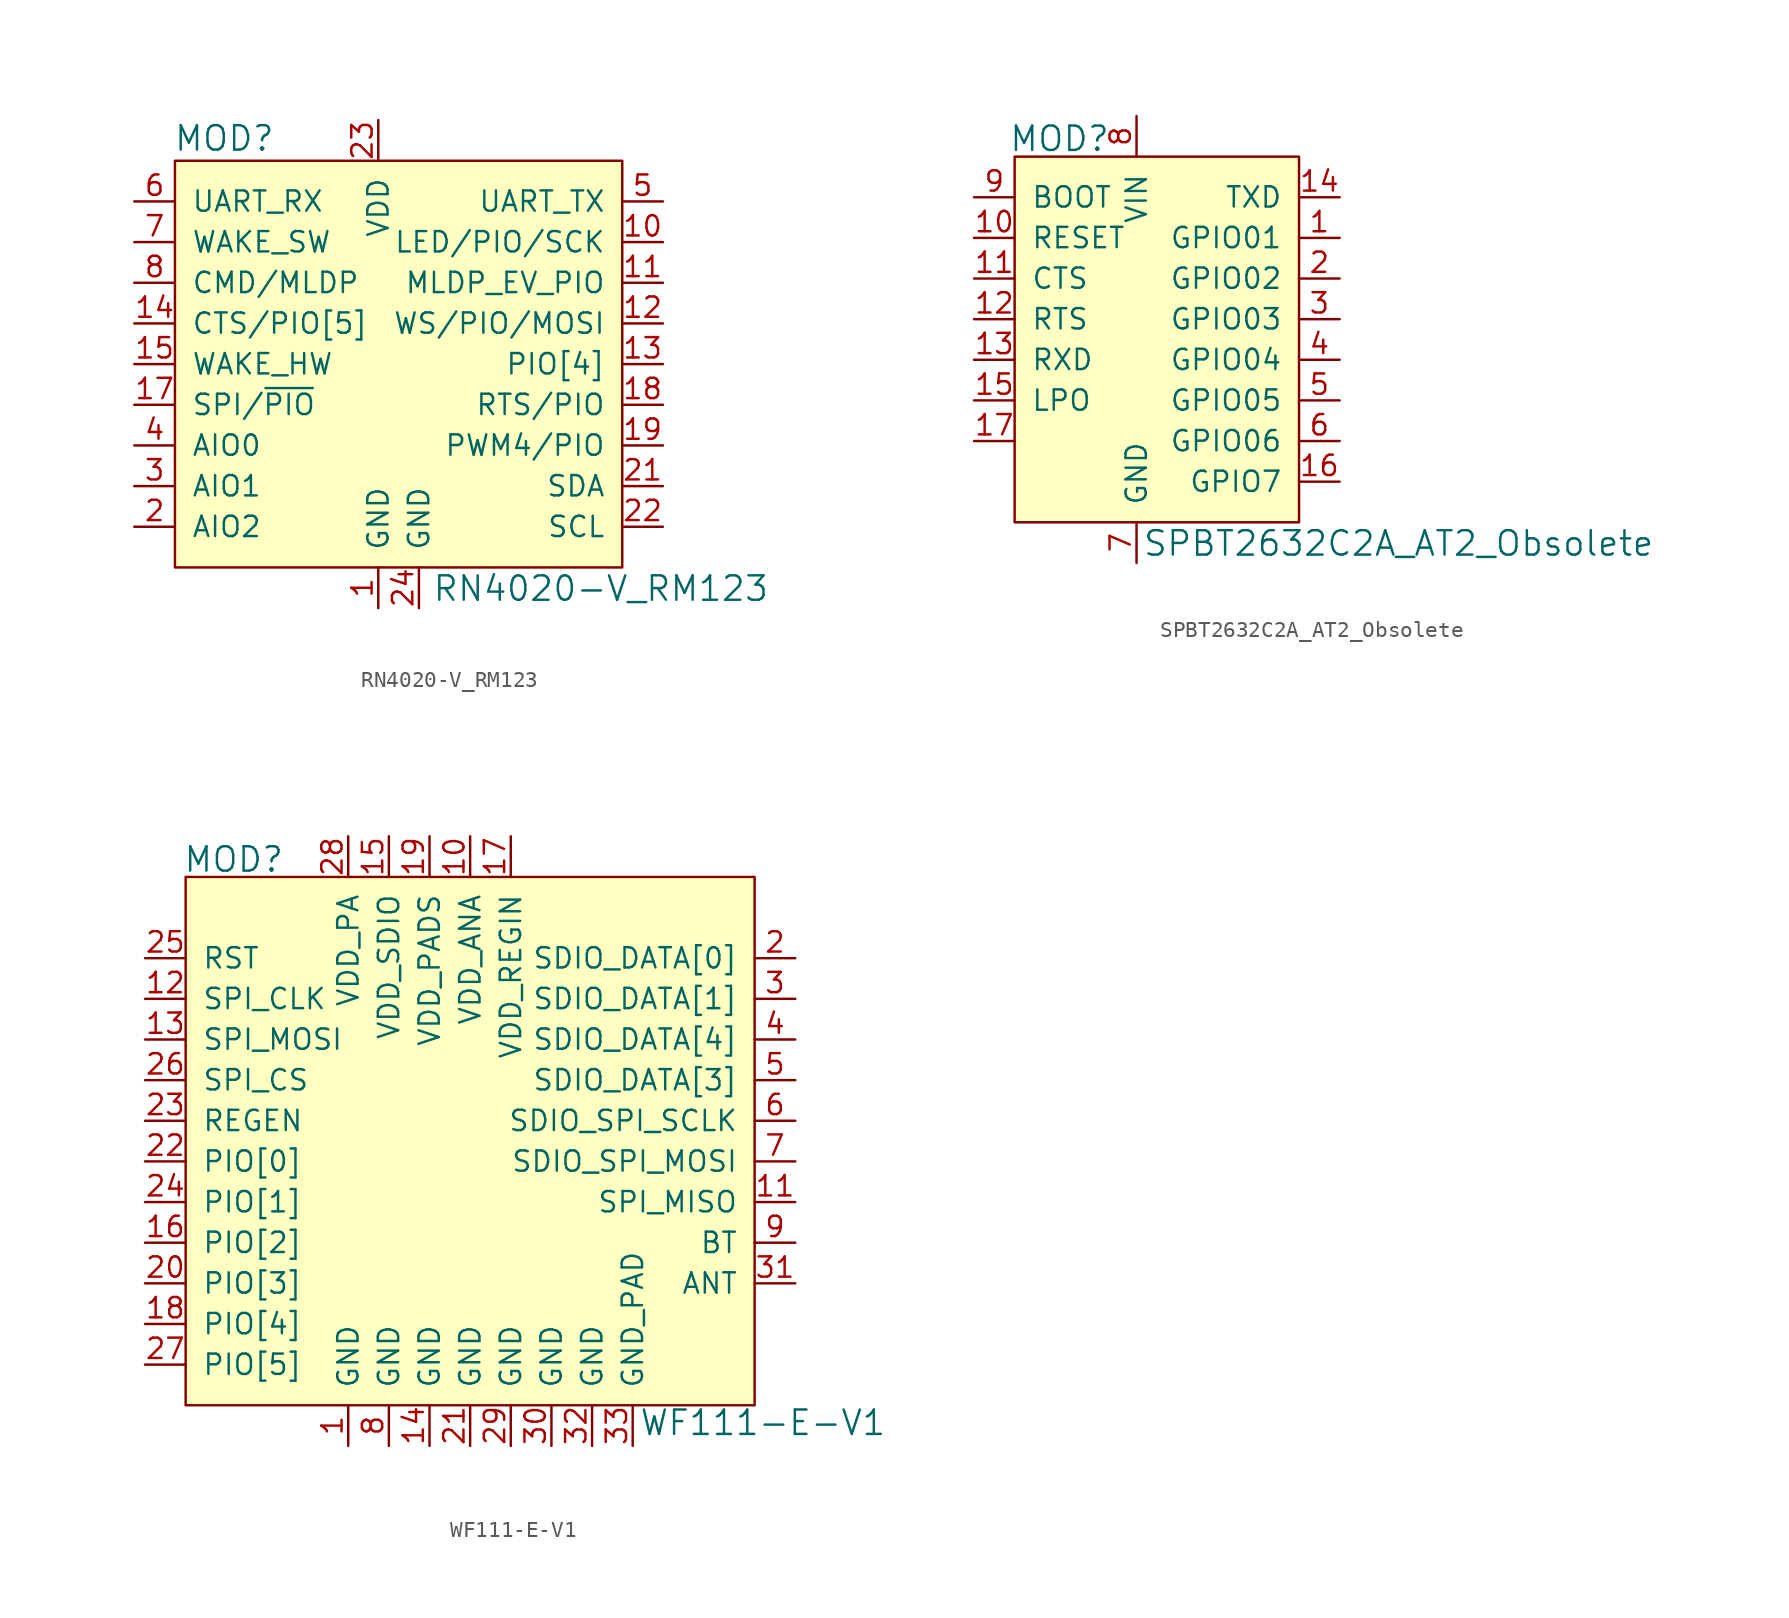
<source format=kicad_sym>
(kicad_symbol_lib
  (version 20231120)
  (generator "kicad_symbol_editor")
  (generator_version "8.0")
  (symbol "RN4020-V_RM123"
    (pin_names
      (offset 1.016))
    (property "Reference" "MOD"
      (at -12.802 14.097 0)
      (effects (font (size 1.524 1.524)) (justify left)))
    (property "Value" "RN4020-V_RM123"
      (at 3.353 -14.021 0)
      (effects (font (size 1.524 1.524)) (justify left)))
    (symbol "RN4020-V_RM123_0_1"
      (rectangle (start -12.7 12.7) (end 15.24 -12.7) (stroke (width 0) (type default)) (fill (type background))))
    (symbol "RN4020-V_RM123_1_1"
      (pin power_in line (at 0 -15.24 90) (length 2.54) (name "GND" (effects (font (size 1.27 1.27)))) (number "1" (effects (font (size 1.27 1.27)))))
      (pin output line (at 17.78 7.62 180) (length 2.54) (name "LED/PIO/SCK" (effects (font (size 1.27 1.27)))) (number "10" (effects (font (size 1.27 1.27)))))
      (pin output line (at 17.78 5.08 180) (length 2.54) (name "MLDP_EV_PIO" (effects (font (size 1.27 1.27)))) (number "11" (effects (font (size 1.27 1.27)))))
      (pin output line (at 17.78 2.54 180) (length 2.54) (name "WS/PIO/MOSI" (effects (font (size 1.27 1.27)))) (number "12" (effects (font (size 1.27 1.27)))))
      (pin bidirectional line (at 17.78 0 180) (length 2.54) (name "PIO[4]" (effects (font (size 1.27 1.27)))) (number "13" (effects (font (size 1.27 1.27)))))
      (pin input line (at -15.24 2.54 0) (length 2.54) (name "CTS/PIO[5]" (effects (font (size 1.27 1.27)))) (number "14" (effects (font (size 1.27 1.27)))))
      (pin input line (at -15.24 0 0) (length 2.54) (name "WAKE_HW" (effects (font (size 1.27 1.27)))) (number "15" (effects (font (size 1.27 1.27)))))
      (pin input line (at -15.24 -2.54 0) (length 2.54) (name "SPI/~{PIO}" (effects (font (size 1.27 1.27)))) (number "17" (effects (font (size 1.27 1.27)))))
      (pin output line (at 17.78 -2.54 180) (length 2.54) (name "RTS/PIO" (effects (font (size 1.27 1.27)))) (number "18" (effects (font (size 1.27 1.27)))))
      (pin bidirectional line (at 17.78 -5.08 180) (length 2.54) (name "PWM4/PIO" (effects (font (size 1.27 1.27)))) (number "19" (effects (font (size 1.27 1.27)))))
      (pin bidirectional line (at -15.24 -10.16 0) (length 2.54) (name "AIO2" (effects (font (size 1.27 1.27)))) (number "2" (effects (font (size 1.27 1.27)))))
      (pin no_connect line (at -2.54 -12.7 90) (length 2.54) hide (name "RSVD" (effects (font (size 1.27 1.27)))) (number "20" (effects (font (size 1.27 1.27)))))
      (pin bidirectional line (at 17.78 -7.62 180) (length 2.54) (name "SDA" (effects (font (size 1.27 1.27)))) (number "21" (effects (font (size 1.27 1.27)))))
      (pin bidirectional line (at 17.78 -10.16 180) (length 2.54) (name "SCL" (effects (font (size 1.27 1.27)))) (number "22" (effects (font (size 1.27 1.27)))))
      (pin power_in line (at 0 15.24 270) (length 2.54) (name "VDD" (effects (font (size 1.27 1.27)))) (number "23" (effects (font (size 1.27 1.27)))))
      (pin power_in line (at 2.54 -15.24 90) (length 2.54) (name "GND" (effects (font (size 1.27 1.27)))) (number "24" (effects (font (size 1.27 1.27)))))
      (pin bidirectional line (at -15.24 -7.62 0) (length 2.54) (name "AIO1" (effects (font (size 1.27 1.27)))) (number "3" (effects (font (size 1.27 1.27)))))
      (pin bidirectional line (at -15.24 -5.08 0) (length 2.54) (name "AIO0" (effects (font (size 1.27 1.27)))) (number "4" (effects (font (size 1.27 1.27)))))
      (pin output line (at 17.78 10.16 180) (length 2.54) (name "UART_TX" (effects (font (size 1.27 1.27)))) (number "5" (effects (font (size 1.27 1.27)))))
      (pin input line (at -15.24 10.16 0) (length 2.54) (name "UART_RX" (effects (font (size 1.27 1.27)))) (number "6" (effects (font (size 1.27 1.27)))))
      (pin input line (at -15.24 7.62 0) (length 2.54) (name "WAKE_SW" (effects (font (size 1.27 1.27)))) (number "7" (effects (font (size 1.27 1.27)))))
      (pin input line (at -15.24 5.08 0) (length 2.54) (name "CMD/MLDP" (effects (font (size 1.27 1.27)))) (number "8" (effects (font (size 1.27 1.27)))))))
  (symbol "SPBT2632C2A_AT2_Obsolete"
    (pin_names
      (offset 1.016))
    (property "Reference" "MOD"
      (at -8.001 13.818 0)
      (effects (font (size 1.524 1.524)) (justify left)))
    (property "Value" "SPBT2632C2A_AT2_Obsolete"
      (at 0.356 -11.481 0)
      (effects (font (size 1.524 1.524)) (justify left)))
    (symbol "SPBT2632C2A_AT2_Obsolete_0_1"
      (rectangle (start -7.62 12.7) (end 10.16 -10.16) (stroke (width 0) (type default)) (fill (type background))))
    (symbol "SPBT2632C2A_AT2_Obsolete_1_1"
      (pin bidirectional line (at 12.7 7.62 180) (length 2.54) (name "GPIO01" (effects (font (size 1.27 1.27)))) (number "1" (effects (font (size 1.27 1.27)))))
      (pin input line (at -10.16 7.62 0) (length 2.54) (name "RESET" (effects (font (size 1.27 1.27)))) (number "10" (effects (font (size 1.27 1.27)))))
      (pin input line (at -10.16 5.08 0) (length 2.54) (name "CTS" (effects (font (size 1.27 1.27)))) (number "11" (effects (font (size 1.27 1.27)))))
      (pin input line (at -10.16 2.54 0) (length 2.54) (name "RTS" (effects (font (size 1.27 1.27)))) (number "12" (effects (font (size 1.27 1.27)))))
      (pin input line (at -10.16 0 0) (length 2.54) (name "RXD" (effects (font (size 1.27 1.27)))) (number "13" (effects (font (size 1.27 1.27)))))
      (pin output line (at 12.7 10.16 180) (length 2.54) (name "TXD" (effects (font (size 1.27 1.27)))) (number "14" (effects (font (size 1.27 1.27)))))
      (pin bidirectional line (at -10.16 -2.54 0) (length 2.54) (name "LPO" (effects (font (size 1.27 1.27)))) (number "15" (effects (font (size 1.27 1.27)))))
      (pin bidirectional line (at 12.7 -7.62 180) (length 2.54) (name "GPIO7" (effects (font (size 1.27 1.27)))) (number "16" (effects (font (size 1.27 1.27)))))
      (pin unspecified line (at -10.16 -5.08 0) (length 2.54) (name "~" (effects (font (size 1.27 1.27)))) (number "17" (effects (font (size 1.27 1.27)))))
      (pin bidirectional line (at 12.7 5.08 180) (length 2.54) (name "GPIO02" (effects (font (size 1.27 1.27)))) (number "2" (effects (font (size 1.27 1.27)))))
      (pin bidirectional line (at 12.7 2.54 180) (length 2.54) (name "GPIO03" (effects (font (size 1.27 1.27)))) (number "3" (effects (font (size 1.27 1.27)))))
      (pin bidirectional line (at 12.7 0 180) (length 2.54) (name "GPIO04" (effects (font (size 1.27 1.27)))) (number "4" (effects (font (size 1.27 1.27)))))
      (pin bidirectional line (at 12.7 -2.54 180) (length 2.54) (name "GPIO05" (effects (font (size 1.27 1.27)))) (number "5" (effects (font (size 1.27 1.27)))))
      (pin bidirectional line (at 12.7 -5.08 180) (length 2.54) (name "GPIO06" (effects (font (size 1.27 1.27)))) (number "6" (effects (font (size 1.27 1.27)))))
      (pin power_in line (at 0 -12.7 90) (length 2.54) (name "GND" (effects (font (size 1.27 1.27)))) (number "7" (effects (font (size 1.27 1.27)))))
      (pin power_in line (at 0 15.24 270) (length 2.54) (name "VIN" (effects (font (size 1.27 1.27)))) (number "8" (effects (font (size 1.27 1.27)))))
      (pin input line (at -10.16 10.16 0) (length 2.54) (name "BOOT" (effects (font (size 1.27 1.27)))) (number "9" (effects (font (size 1.27 1.27)))))))
  (symbol "WF111-E-V1"
    (pin_names
      (offset 1.016))
    (property "Reference" "MOD"
      (at -17.958 23.952 0)
      (effects (font (size 1.524 1.524)) (justify left)))
    (property "Value" "WF111-E-V1"
      (at 10.541 -11.252 0)
      (effects (font (size 1.524 1.524)) (justify left)))
    (symbol "WF111-E-V1_0_1"
      (rectangle (start -17.78 22.86) (end 17.78 -10.16) (stroke (width 0) (type default)) (fill (type background))))
    (symbol "WF111-E-V1_1_1"
      (pin power_in line (at -7.62 -12.7 90) (length 2.54) (name "GND" (effects (font (size 1.27 1.27)))) (number "1" (effects (font (size 1.27 1.27)))))
      (pin power_in line (at 0 25.4 270) (length 2.54) (name "VDD_ANA" (effects (font (size 1.27 1.27)))) (number "10" (effects (font (size 1.27 1.27)))))
      (pin tri_state line (at 20.32 2.54 180) (length 2.54) (name "SPI_MISO" (effects (font (size 1.27 1.27)))) (number "11" (effects (font (size 1.27 1.27)))))
      (pin input line (at -20.32 15.24 0) (length 2.54) (name "SPI_CLK" (effects (font (size 1.27 1.27)))) (number "12" (effects (font (size 1.27 1.27)))))
      (pin input line (at -20.32 12.7 0) (length 2.54) (name "SPI_MOSI" (effects (font (size 1.27 1.27)))) (number "13" (effects (font (size 1.27 1.27)))))
      (pin power_in line (at -2.54 -12.7 90) (length 2.54) (name "GND" (effects (font (size 1.27 1.27)))) (number "14" (effects (font (size 1.27 1.27)))))
      (pin power_in line (at -5.08 25.4 270) (length 2.54) (name "VDD_SDIO" (effects (font (size 1.27 1.27)))) (number "15" (effects (font (size 1.27 1.27)))))
      (pin bidirectional line (at -20.32 0 0) (length 2.54) (name "PIO[2]" (effects (font (size 1.27 1.27)))) (number "16" (effects (font (size 1.27 1.27)))))
      (pin power_in line (at 2.54 25.4 270) (length 2.54) (name "VDD_REGIN" (effects (font (size 1.27 1.27)))) (number "17" (effects (font (size 1.27 1.27)))))
      (pin bidirectional line (at -20.32 -5.08 0) (length 2.54) (name "PIO[4]" (effects (font (size 1.27 1.27)))) (number "18" (effects (font (size 1.27 1.27)))))
      (pin power_in line (at -2.54 25.4 270) (length 2.54) (name "VDD_PADS" (effects (font (size 1.27 1.27)))) (number "19" (effects (font (size 1.27 1.27)))))
      (pin bidirectional line (at 20.32 17.78 180) (length 2.54) (name "SDIO_DATA[0]" (effects (font (size 1.27 1.27)))) (number "2" (effects (font (size 1.27 1.27)))))
      (pin bidirectional line (at -20.32 -2.54 0) (length 2.54) (name "PIO[3]" (effects (font (size 1.27 1.27)))) (number "20" (effects (font (size 1.27 1.27)))))
      (pin power_in line (at 0 -12.7 90) (length 2.54) (name "GND" (effects (font (size 1.27 1.27)))) (number "21" (effects (font (size 1.27 1.27)))))
      (pin bidirectional line (at -20.32 5.08 0) (length 2.54) (name "PIO[0]" (effects (font (size 1.27 1.27)))) (number "22" (effects (font (size 1.27 1.27)))))
      (pin input line (at -20.32 7.62 0) (length 2.54) (name "REGEN" (effects (font (size 1.27 1.27)))) (number "23" (effects (font (size 1.27 1.27)))))
      (pin bidirectional line (at -20.32 2.54 0) (length 2.54) (name "PIO[1]" (effects (font (size 1.27 1.27)))) (number "24" (effects (font (size 1.27 1.27)))))
      (pin input line (at -20.32 17.78 0) (length 2.54) (name "RST" (effects (font (size 1.27 1.27)))) (number "25" (effects (font (size 1.27 1.27)))))
      (pin input line (at -20.32 10.16 0) (length 2.54) (name "SPI_CS" (effects (font (size 1.27 1.27)))) (number "26" (effects (font (size 1.27 1.27)))))
      (pin bidirectional line (at -20.32 -7.62 0) (length 2.54) (name "PIO[5]" (effects (font (size 1.27 1.27)))) (number "27" (effects (font (size 1.27 1.27)))))
      (pin power_in line (at -7.62 25.4 270) (length 2.54) (name "VDD_PA" (effects (font (size 1.27 1.27)))) (number "28" (effects (font (size 1.27 1.27)))))
      (pin power_in line (at 2.54 -12.7 90) (length 2.54) (name "GND" (effects (font (size 1.27 1.27)))) (number "29" (effects (font (size 1.27 1.27)))))
      (pin bidirectional line (at 20.32 15.24 180) (length 2.54) (name "SDIO_DATA[1]" (effects (font (size 1.27 1.27)))) (number "3" (effects (font (size 1.27 1.27)))))
      (pin power_in line (at 5.08 -12.7 90) (length 2.54) (name "GND" (effects (font (size 1.27 1.27)))) (number "30" (effects (font (size 1.27 1.27)))))
      (pin output line (at 20.32 -2.54 180) (length 2.54) (name "ANT" (effects (font (size 1.27 1.27)))) (number "31" (effects (font (size 1.27 1.27)))))
      (pin power_in line (at 7.62 -12.7 90) (length 2.54) (name "GND" (effects (font (size 1.27 1.27)))) (number "32" (effects (font (size 1.27 1.27)))))
      (pin power_in line (at 10.16 -12.7 90) (length 2.54) (name "GND_PAD" (effects (font (size 1.27 1.27)))) (number "33" (effects (font (size 1.27 1.27)))))
      (pin bidirectional line (at 20.32 12.7 180) (length 2.54) (name "SDIO_DATA[4]" (effects (font (size 1.27 1.27)))) (number "4" (effects (font (size 1.27 1.27)))))
      (pin bidirectional line (at 20.32 10.16 180) (length 2.54) (name "SDIO_DATA[3]" (effects (font (size 1.27 1.27)))) (number "5" (effects (font (size 1.27 1.27)))))
      (pin input line (at 20.32 7.62 180) (length 2.54) (name "SDIO_SPI_SCLK" (effects (font (size 1.27 1.27)))) (number "6" (effects (font (size 1.27 1.27)))))
      (pin input line (at 20.32 5.08 180) (length 2.54) (name "SDIO_SPI_MOSI" (effects (font (size 1.27 1.27)))) (number "7" (effects (font (size 1.27 1.27)))))
      (pin power_in line (at -5.08 -12.7 90) (length 2.54) (name "GND" (effects (font (size 1.27 1.27)))) (number "8" (effects (font (size 1.27 1.27)))))
      (pin input line (at 20.32 0 180) (length 2.54) (name "BT" (effects (font (size 1.27 1.27)))) (number "9" (effects (font (size 1.27 1.27))))))))
</source>
